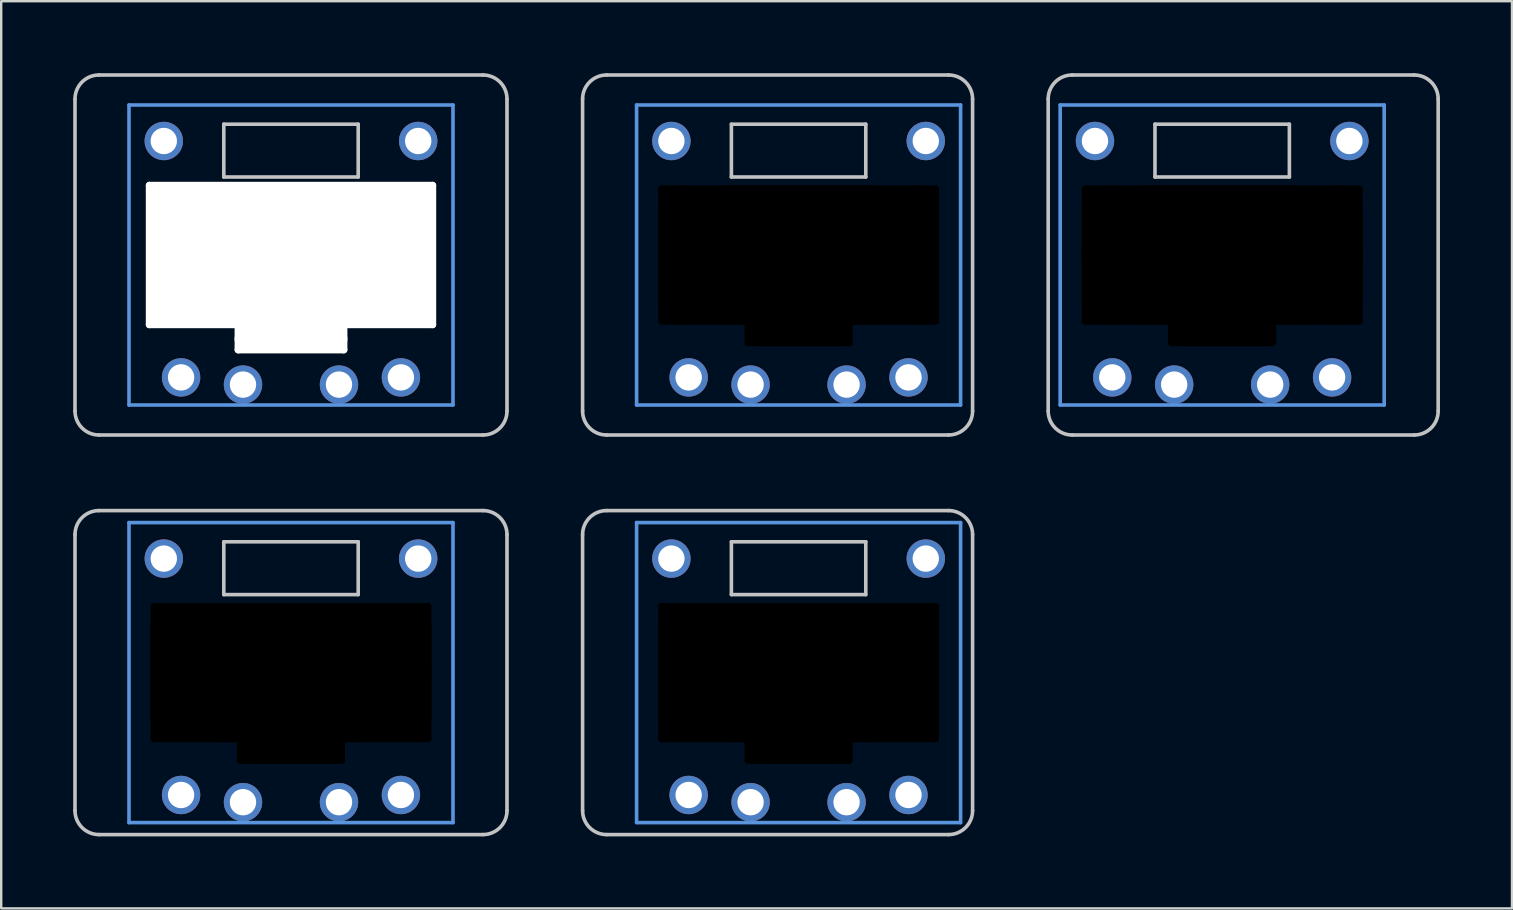
<source format=kicad_pcb>
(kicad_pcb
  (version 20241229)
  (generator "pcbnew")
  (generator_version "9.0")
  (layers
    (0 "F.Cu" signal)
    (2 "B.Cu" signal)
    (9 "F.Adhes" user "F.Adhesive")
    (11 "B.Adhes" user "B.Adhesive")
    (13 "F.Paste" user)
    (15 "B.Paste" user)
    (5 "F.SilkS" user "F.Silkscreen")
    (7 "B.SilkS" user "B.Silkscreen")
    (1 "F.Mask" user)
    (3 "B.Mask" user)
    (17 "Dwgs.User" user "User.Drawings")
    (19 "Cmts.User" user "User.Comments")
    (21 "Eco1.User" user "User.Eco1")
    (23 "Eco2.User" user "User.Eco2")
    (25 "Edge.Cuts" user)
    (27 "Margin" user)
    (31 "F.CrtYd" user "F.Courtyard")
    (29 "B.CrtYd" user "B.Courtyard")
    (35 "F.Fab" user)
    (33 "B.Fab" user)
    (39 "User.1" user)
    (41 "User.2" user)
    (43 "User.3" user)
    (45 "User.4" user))
  (footprint "pg1232-RSL"
    (layer "F.Cu")
    (at 30.225 7.575)
    (property "Reference" "pg1232-RSL" (at 0 0 0) (layer "F.Fab") (effects (font (size 1 1) (thickness 0.15))))
    (attr through_hole)
    (fp_line (start -9 6.5) (end -9 -6.5) (stroke (width 0.15) (type solid)) (layer "Dwgs.User"))
    (fp_line (start -8 -7.5) (end 6.25 -7.5) (stroke (width 0.15) (type solid)) (layer "Dwgs.User"))
    (fp_line (start -2.8 -5.45) (end -2.8 -3.25) (stroke (width 0.15) (type solid)) (layer "Dwgs.User"))
    (fp_line (start -2.8 -3.25) (end 2.8 -3.25) (stroke (width 0.15) (type solid)) (layer "Dwgs.User"))
    (fp_line (start 2.8 -5.45) (end -2.8 -5.45) (stroke (width 0.15) (type solid)) (layer "Dwgs.User"))
    (fp_line (start 2.8 -3.25) (end 2.8 -5.45) (stroke (width 0.15) (type solid)) (layer "Dwgs.User"))
    (fp_line (start 6.25 7.5) (end -8 7.5) (stroke (width 0.15) (type solid)) (layer "Dwgs.User"))
    (fp_line (start 7.25 -6.5) (end 7.25 6.5) (stroke (width 0.15) (type solid)) (layer "Dwgs.User"))
    (fp_arc (start -9 -6.5) (mid -8.707107 -7.207107) (end -8 -7.5) (stroke (width 0.15) (type solid)) (layer "Dwgs.User"))
    (fp_arc (start -8 7.5) (mid -8.707107 7.207107) (end -9 6.5) (stroke (width 0.15) (type solid)) (layer "Dwgs.User"))
    (fp_arc (start 6.25 -7.5) (mid 6.957107 -7.207107) (end 7.25 -6.5) (stroke (width 0.15) (type solid)) (layer "Dwgs.User"))
    (fp_arc (start 7.25 6.5) (mid 6.957107 7.207107) (end 6.25 7.5) (stroke (width 0.15) (type solid)) (layer "Dwgs.User"))
    (fp_line (start -6.75 -6.25) (end -6.75 6.25) (stroke (width 0.15) (type solid)) (layer "Cmts.User"))
    (fp_line (start -6.75 6.25) (end 6.75 6.25) (stroke (width 0.15) (type solid)) (layer "Cmts.User"))
    (fp_line (start 6.75 -6.25) (end -6.75 -6.25) (stroke (width 0.15) (type solid)) (layer "Cmts.User"))
    (fp_line (start 6.75 6.25) (end 6.75 -6.25) (stroke (width 0.15) (type solid)) (layer "Cmts.User"))
    (pad "" np_thru_hole oval (at -5.7 0 90) (size 5.8 0.3) (drill oval 5.8 0.3) (layers "*.Mask"))
    (pad "" thru_hole circle (at -5.3 -4.75) (size 1.6 1.6) (drill 1.1) (layers "*.Cu" "*.Mask"))
    (pad "" np_thru_hole oval (at -4.85 0) (size 2 5.8) (drill oval 2 5.8) (layers "*.Mask"))
    (pad "" np_thru_hole oval (at -2.1 3.25 90) (size 1.1 0.3) (drill oval 1.1 0.3) (layers "*.Mask"))
    (pad "" np_thru_hole oval (at 0 -2.75) (size 11.7 0.3) (drill oval 11.7 0.3) (layers "*.Mask"))
    (pad "" np_thru_hole oval (at 0 0) (size 11.7 5.8) (drill oval 11.7 5.8) (layers "*.Mask"))
    (pad "" np_thru_hole oval (at 0 2.75) (size 11.7 0.3) (drill oval 11.7 0.3) (layers "*.Mask"))
    (pad "" np_thru_hole oval (at 0 3.3) (size 4.5 1) (drill oval 4.5 1) (layers "*.Mask"))
    (pad "" np_thru_hole oval (at 0 3.65) (size 4.5 0.3) (drill oval 4.5 0.3) (layers "*.Mask"))
    (pad "" np_thru_hole oval (at 2.1 3.25 90) (size 1.1 0.3) (drill oval 1.1 0.3) (layers "*.Mask"))
    (pad "" np_thru_hole oval (at 4.85 0) (size 2 5.8) (drill oval 2 5.8) (layers "*.Mask"))
    (pad "" thru_hole circle (at 5.3 -4.75) (size 1.6 1.6) (drill 1.1) (layers "*.Cu" "*.Mask"))
    (pad "" np_thru_hole oval (at 5.7 0 90) (size 5.8 0.3) (drill oval 5.8 0.3) (layers "*.Mask"))
    (pad "1" thru_hole circle (at -2 5.4) (size 1.6 1.6) (drill 1.1) (layers "*.Cu" "F.Mask"))
    (pad "1" thru_hole circle (at 2 5.4) (size 1.6 1.6) (drill 1.1) (layers "*.Cu" "B.Mask"))
    (pad "2" thru_hole circle (at -4.58 5.1) (size 1.6 1.6) (drill 1.1) (layers "*.Cu" "B.Mask"))
    (pad "2" thru_hole circle (at 4.58 5.1) (size 1.6 1.6) (drill 1.1) (layers "*.Cu" "F.Mask")))
  (footprint "pg1232-RSSL"
    (layer "F.Cu")
    (at 30.225 24.975)
    (property "Reference" "pg1232-RSSL" (at 0 0 0) (layer "F.Fab") (effects (font (size 1 1) (thickness 0.15))))
    (attr through_hole)
    (fp_line (start -9 5.75) (end -9 -5.75) (stroke (width 0.15) (type solid)) (layer "Dwgs.User"))
    (fp_line (start -8 -6.75) (end 6.25 -6.75) (stroke (width 0.15) (type solid)) (layer "Dwgs.User"))
    (fp_line (start -2.8 -5.45) (end -2.8 -3.25) (stroke (width 0.15) (type solid)) (layer "Dwgs.User"))
    (fp_line (start -2.8 -3.25) (end 2.8 -3.25) (stroke (width 0.15) (type solid)) (layer "Dwgs.User"))
    (fp_line (start 2.8 -5.45) (end -2.8 -5.45) (stroke (width 0.15) (type solid)) (layer "Dwgs.User"))
    (fp_line (start 2.8 -3.25) (end 2.8 -5.45) (stroke (width 0.15) (type solid)) (layer "Dwgs.User"))
    (fp_line (start 6.25 6.75) (end -8 6.75) (stroke (width 0.15) (type solid)) (layer "Dwgs.User"))
    (fp_line (start 7.25 -5.75) (end 7.25 5.75) (stroke (width 0.15) (type solid)) (layer "Dwgs.User"))
    (fp_arc (start -9 -5.75) (mid -8.707107 -6.457107) (end -8 -6.75) (stroke (width 0.15) (type solid)) (layer "Dwgs.User"))
    (fp_arc (start -8 6.75) (mid -8.707107 6.457107) (end -9 5.75) (stroke (width 0.15) (type solid)) (layer "Dwgs.User"))
    (fp_arc (start 6.25 -6.75) (mid 6.957107 -6.457107) (end 7.25 -5.75) (stroke (width 0.15) (type solid)) (layer "Dwgs.User"))
    (fp_arc (start 7.25 5.75) (mid 6.957107 6.457107) (end 6.25 6.75) (stroke (width 0.15) (type solid)) (layer "Dwgs.User"))
    (fp_line (start -6.75 -6.25) (end -6.75 6.25) (stroke (width 0.15) (type solid)) (layer "Cmts.User"))
    (fp_line (start -6.75 6.25) (end 6.75 6.25) (stroke (width 0.15) (type solid)) (layer "Cmts.User"))
    (fp_line (start 6.75 -6.25) (end -6.75 -6.25) (stroke (width 0.15) (type solid)) (layer "Cmts.User"))
    (fp_line (start 6.75 6.25) (end 6.75 -6.25) (stroke (width 0.15) (type solid)) (layer "Cmts.User"))
    (pad "" np_thru_hole oval (at -5.7 0 90) (size 5.8 0.3) (drill oval 5.8 0.3) (layers "*.Mask"))
    (pad "" np_thru_hole oval (at -4.85 0) (size 2 5.8) (drill oval 2 5.8) (layers "*.Mask"))
    (pad "" np_thru_hole oval (at -2.1 3.25 90) (size 1.1 0.3) (drill oval 1.1 0.3) (layers "*.Mask"))
    (pad "" np_thru_hole oval (at 0 -2.75) (size 11.7 0.3) (drill oval 11.7 0.3) (layers "*.Mask"))
    (pad "" np_thru_hole oval (at 0 0) (size 11.7 5.8) (drill oval 11.7 5.8) (layers "*.Mask"))
    (pad "" np_thru_hole oval (at 0 2.75) (size 11.7 0.3) (drill oval 11.7 0.3) (layers "*.Mask"))
    (pad "" np_thru_hole oval (at 0 3.3) (size 4.5 1) (drill oval 4.5 1) (layers "*.Mask"))
    (pad "" np_thru_hole oval (at 0 3.65) (size 4.5 0.3) (drill oval 4.5 0.3) (layers "*.Mask"))
    (pad "" np_thru_hole oval (at 2.1 3.25 90) (size 1.1 0.3) (drill oval 1.1 0.3) (layers "*.Mask"))
    (pad "" np_thru_hole oval (at 4.85 0) (size 2 5.8) (drill oval 2 5.8) (layers "*.Mask"))
    (pad "" np_thru_hole oval (at 5.7 0 90) (size 5.8 0.3) (drill oval 5.8 0.3) (layers "*.Mask"))
    (pad "1" thru_hole circle (at -2 5.4) (size 1.6 1.6) (drill 1.1) (layers "*.Cu" "F.Mask"))
    (pad "1" thru_hole circle (at 2 5.4) (size 1.6 1.6) (drill 1.1) (layers "*.Cu" "B.Mask"))
    (pad "2" thru_hole circle (at -4.58 5.1) (size 1.6 1.6) (drill 1.1) (layers "*.Cu" "B.Mask"))
    (pad "2" thru_hole circle (at 4.58 5.1) (size 1.6 1.6) (drill 1.1) (layers "*.Cu" "F.Mask"))
    (pad "3" thru_hole circle (at 5.3 -4.75) (size 1.6 1.6) (drill 1.1) (layers "*.Cu" "*.Mask"))
    (pad "4" thru_hole circle (at -5.3 -4.75) (size 1.6 1.6) (drill 1.1) (layers "*.Cu" "*.Mask")))
  (footprint "pg1232-RSS"
    (layer "F.Cu")
    (at 9.075 24.975)
    (property "Reference" "pg1232-RSS" (at 0 0 0) (layer "F.Fab") (effects (font (size 1 1) (thickness 0.15))))
    (attr through_hole)
    (fp_line (start -9 5.75) (end -9 -5.75) (stroke (width 0.15) (type solid)) (layer "Dwgs.User"))
    (fp_line (start -8 -6.75) (end 8 -6.75) (stroke (width 0.15) (type solid)) (layer "Dwgs.User"))
    (fp_line (start -2.8 -5.45) (end -2.8 -3.25) (stroke (width 0.15) (type solid)) (layer "Dwgs.User"))
    (fp_line (start -2.8 -3.25) (end 2.8 -3.25) (stroke (width 0.15) (type solid)) (layer "Dwgs.User"))
    (fp_line (start 2.8 -5.45) (end -2.8 -5.45) (stroke (width 0.15) (type solid)) (layer "Dwgs.User"))
    (fp_line (start 2.8 -3.25) (end 2.8 -5.45) (stroke (width 0.15) (type solid)) (layer "Dwgs.User"))
    (fp_line (start 8 6.75) (end -8 6.75) (stroke (width 0.15) (type solid)) (layer "Dwgs.User"))
    (fp_line (start 9 -5.75) (end 9 5.75) (stroke (width 0.15) (type solid)) (layer "Dwgs.User"))
    (fp_arc (start -9 -5.75) (mid -8.707107 -6.457107) (end -8 -6.75) (stroke (width 0.15) (type solid)) (layer "Dwgs.User"))
    (fp_arc (start -8 6.75) (mid -8.707107 6.457107) (end -9 5.75) (stroke (width 0.15) (type solid)) (layer "Dwgs.User"))
    (fp_arc (start 8 -6.75) (mid 8.707107 -6.457107) (end 9 -5.75) (stroke (width 0.15) (type solid)) (layer "Dwgs.User"))
    (fp_arc (start 9 5.75) (mid 8.707107 6.457107) (end 8 6.75) (stroke (width 0.15) (type solid)) (layer "Dwgs.User"))
    (fp_line (start -6.75 -6.25) (end -6.75 6.25) (stroke (width 0.15) (type solid)) (layer "Cmts.User"))
    (fp_line (start -6.75 6.25) (end 6.75 6.25) (stroke (width 0.15) (type solid)) (layer "Cmts.User"))
    (fp_line (start 6.75 -6.25) (end -6.75 -6.25) (stroke (width 0.15) (type solid)) (layer "Cmts.User"))
    (fp_line (start 6.75 6.25) (end 6.75 -6.25) (stroke (width 0.15) (type solid)) (layer "Cmts.User"))
    (pad "" np_thru_hole oval (at -5.7 0 90) (size 5.8 0.3) (drill oval 5.8 0.3) (layers "*.Mask"))
    (pad "" np_thru_hole oval (at -4.85 0) (size 2 5.8) (drill oval 2 5.8) (layers "*.Mask"))
    (pad "" np_thru_hole oval (at -2.1 3.25 90) (size 1.1 0.3) (drill oval 1.1 0.3) (layers "*.Mask"))
    (pad "" np_thru_hole oval (at 0 -2.75) (size 11.7 0.3) (drill oval 11.7 0.3) (layers "*.Mask"))
    (pad "" np_thru_hole oval (at 0 0) (size 11.7 5.8) (drill oval 11.7 5.8) (layers "*.Mask"))
    (pad "" np_thru_hole oval (at 0 2.75) (size 11.7 0.3) (drill oval 11.7 0.3) (layers "*.Mask"))
    (pad "" np_thru_hole oval (at 0 3.3) (size 4.5 1) (drill oval 4.5 1) (layers "*.Mask"))
    (pad "" np_thru_hole oval (at 0 3.65) (size 4.5 0.3) (drill oval 4.5 0.3) (layers "*.Mask"))
    (pad "" np_thru_hole oval (at 2.1 3.25 90) (size 1.1 0.3) (drill oval 1.1 0.3) (layers "*.Mask"))
    (pad "" np_thru_hole oval (at 4.85 0) (size 2 5.8) (drill oval 2 5.8) (layers "*.Mask"))
    (pad "" np_thru_hole oval (at 5.7 0 90) (size 5.8 0.3) (drill oval 5.8 0.3) (layers "*.Mask"))
    (pad "1" thru_hole circle (at -2 5.4) (size 1.6 1.6) (drill 1.1) (layers "*.Cu" "F.Mask"))
    (pad "1" thru_hole circle (at 2 5.4) (size 1.6 1.6) (drill 1.1) (layers "*.Cu" "B.Mask"))
    (pad "2" thru_hole circle (at -4.58 5.1) (size 1.6 1.6) (drill 1.1) (layers "*.Cu" "B.Mask"))
    (pad "2" thru_hole circle (at 4.58 5.1) (size 1.6 1.6) (drill 1.1) (layers "*.Cu" "F.Mask"))
    (pad "4" thru_hole circle (at 5.3 -4.75) (size 1.6 1.6) (drill 1.1) (layers "*.Cu" "*.Mask"))
    (pad "5" thru_hole circle (at -5.3 -4.75) (size 1.6 1.6) (drill 1.1) (layers "*.Cu" "*.Mask")))
  (footprint "pg1232-RSR"
    (layer "F.Cu")
    (at 47.875 7.575)
    (property "Reference" "pg1232-RSR" (at 0 0 0) (layer "F.Fab") (effects (font (size 1 1) (thickness 0.15))))
    (attr through_hole)
    (fp_line (start -7.25 6.5) (end -7.25 -6.5) (stroke (width 0.15) (type solid)) (layer "Dwgs.User"))
    (fp_line (start -6.25 -7.5) (end 8 -7.5) (stroke (width 0.15) (type solid)) (layer "Dwgs.User"))
    (fp_line (start -2.8 -5.45) (end -2.8 -3.25) (stroke (width 0.15) (type solid)) (layer "Dwgs.User"))
    (fp_line (start -2.8 -3.25) (end 2.8 -3.25) (stroke (width 0.15) (type solid)) (layer "Dwgs.User"))
    (fp_line (start 2.8 -5.45) (end -2.8 -5.45) (stroke (width 0.15) (type solid)) (layer "Dwgs.User"))
    (fp_line (start 2.8 -3.25) (end 2.8 -5.45) (stroke (width 0.15) (type solid)) (layer "Dwgs.User"))
    (fp_line (start 8 7.5) (end -6.25 7.5) (stroke (width 0.15) (type solid)) (layer "Dwgs.User"))
    (fp_line (start 9 -6.5) (end 9 6.5) (stroke (width 0.15) (type solid)) (layer "Dwgs.User"))
    (fp_arc (start -7.25 -6.5) (mid -6.957107 -7.207107) (end -6.25 -7.5) (stroke (width 0.15) (type solid)) (layer "Dwgs.User"))
    (fp_arc (start -6.25 7.5) (mid -6.957107 7.207107) (end -7.25 6.5) (stroke (width 0.15) (type solid)) (layer "Dwgs.User"))
    (fp_arc (start 8 -7.5) (mid 8.707107 -7.207107) (end 9 -6.5) (stroke (width 0.15) (type solid)) (layer "Dwgs.User"))
    (fp_arc (start 9 6.5) (mid 8.707107 7.207107) (end 8 7.5) (stroke (width 0.15) (type solid)) (layer "Dwgs.User"))
    (fp_line (start -6.75 -6.25) (end -6.75 6.25) (stroke (width 0.15) (type solid)) (layer "Cmts.User"))
    (fp_line (start -6.75 6.25) (end 6.75 6.25) (stroke (width 0.15) (type solid)) (layer "Cmts.User"))
    (fp_line (start 6.75 -6.25) (end -6.75 -6.25) (stroke (width 0.15) (type solid)) (layer "Cmts.User"))
    (fp_line (start 6.75 6.25) (end 6.75 -6.25) (stroke (width 0.15) (type solid)) (layer "Cmts.User"))
    (pad "" np_thru_hole oval (at -5.7 0 90) (size 5.8 0.3) (drill oval 5.8 0.3) (layers "*.Mask"))
    (pad "" np_thru_hole oval (at -4.85 0) (size 2 5.8) (drill oval 2 5.8) (layers "*.Mask"))
    (pad "" np_thru_hole oval (at -2.1 3.25 90) (size 1.1 0.3) (drill oval 1.1 0.3) (layers "*.Mask"))
    (pad "" np_thru_hole oval (at 0 -2.75) (size 11.7 0.3) (drill oval 11.7 0.3) (layers "*.Mask"))
    (pad "" np_thru_hole oval (at 0 0) (size 11.7 5.8) (drill oval 11.7 5.8) (layers "*.Mask"))
    (pad "" np_thru_hole oval (at 0 2.75) (size 11.7 0.3) (drill oval 11.7 0.3) (layers "*.Mask"))
    (pad "" np_thru_hole oval (at 0 3.3) (size 4.5 1) (drill oval 4.5 1) (layers "*.Mask"))
    (pad "" np_thru_hole oval (at 0 3.65) (size 4.5 0.3) (drill oval 4.5 0.3) (layers "*.Mask"))
    (pad "" np_thru_hole oval (at 2.1 3.25 90) (size 1.1 0.3) (drill oval 1.1 0.3) (layers "*.Mask"))
    (pad "" np_thru_hole oval (at 4.85 0) (size 2 5.8) (drill oval 2 5.8) (layers "*.Mask"))
    (pad "" np_thru_hole oval (at 5.7 0 90) (size 5.8 0.3) (drill oval 5.8 0.3) (layers "*.Mask"))
    (pad "1" thru_hole circle (at -2 5.4) (size 1.6 1.6) (drill 1.1) (layers "*.Cu" "F.Mask"))
    (pad "1" thru_hole circle (at 2 5.4) (size 1.6 1.6) (drill 1.1) (layers "*.Cu" "B.Mask"))
    (pad "2" thru_hole circle (at -4.58 5.1) (size 1.6 1.6) (drill 1.1) (layers "*.Cu" "B.Mask"))
    (pad "2" thru_hole circle (at 4.58 5.1) (size 1.6 1.6) (drill 1.1) (layers "*.Cu" "F.Mask"))
    (pad "3" thru_hole circle (at 5.3 -4.75) (size 1.6 1.6) (drill 1.1) (layers "*.Cu" "*.Mask"))
    (pad "4" thru_hole circle (at -5.3 -4.75) (size 1.6 1.6) (drill 1.1) (layers "*.Cu" "*.Mask")))
  (footprint "pg1232-RS"
    (layer "F.Cu")
    (at 9.075 7.575)
    (property "Reference" "pg1232-RS" (at 0 0 0) (layer "F.Fab") (effects (font (size 1 1) (thickness 0.15))))
    (attr through_hole)
    (fp_line (start -9 6.5) (end -9 -6.5) (stroke (width 0.15) (type solid)) (layer "Dwgs.User"))
    (fp_line (start -8 -7.5) (end 8 -7.5) (stroke (width 0.15) (type solid)) (layer "Dwgs.User"))
    (fp_line (start -2.8 -5.45) (end -2.8 -3.25) (stroke (width 0.15) (type solid)) (layer "Dwgs.User"))
    (fp_line (start -2.8 -3.25) (end 2.8 -3.25) (stroke (width 0.15) (type solid)) (layer "Dwgs.User"))
    (fp_line (start 2.8 -5.45) (end -2.8 -5.45) (stroke (width 0.15) (type solid)) (layer "Dwgs.User"))
    (fp_line (start 2.8 -3.25) (end 2.8 -5.45) (stroke (width 0.15) (type solid)) (layer "Dwgs.User"))
    (fp_line (start 8 7.5) (end -8 7.5) (stroke (width 0.15) (type solid)) (layer "Dwgs.User"))
    (fp_line (start 9 -6.5) (end 9 6.5) (stroke (width 0.15) (type solid)) (layer "Dwgs.User"))
    (fp_arc (start -9 -6.5) (mid -8.707107 -7.207107) (end -8 -7.5) (stroke (width 0.15) (type solid)) (layer "Dwgs.User"))
    (fp_arc (start -8 7.5) (mid -8.707107 7.207107) (end -9 6.5) (stroke (width 0.15) (type solid)) (layer "Dwgs.User"))
    (fp_arc (start 8 -7.5) (mid 8.707107 -7.207107) (end 9 -6.5) (stroke (width 0.15) (type solid)) (layer "Dwgs.User"))
    (fp_arc (start 9 6.5) (mid 8.707107 7.207107) (end 8 7.5) (stroke (width 0.15) (type solid)) (layer "Dwgs.User"))
    (fp_line (start -6.75 -6.25) (end -6.75 6.25) (stroke (width 0.15) (type solid)) (layer "Cmts.User"))
    (fp_line (start -6.75 6.25) (end 6.75 6.25) (stroke (width 0.15) (type solid)) (layer "Cmts.User"))
    (fp_line (start 6.75 -6.25) (end -6.75 -6.25) (stroke (width 0.15) (type solid)) (layer "Cmts.User"))
    (fp_line (start 6.75 6.25) (end 6.75 -6.25) (stroke (width 0.15) (type solid)) (layer "Cmts.User"))
    (pad "" np_thru_hole oval (at -5.9 0 90) (size 6.1 0.3) (drill oval 6.1 0.3) (layers "*.Cu" "*.Mask"))
    (pad "" np_thru_hole oval (at -5.36 0) (size 1 5.9) (drill oval 1 5.9) (layers "*.Cu" "*.Mask"))
    (pad "" np_thru_hole oval (at -4.59 0) (size 1 5.9) (drill oval 1 5.9) (layers "*.Cu" "*.Mask"))
    (pad "" np_thru_hole oval (at -4.2 0) (size 1 5.9) (drill oval 1 5.9) (layers "*.Cu" "*.Mask"))
    (pad "" np_thru_hole oval (at -2.2 3.5 90) (size 1.2 0.3) (drill oval 1.2 0.3) (layers "*.Cu" "*.Mask"))
    (pad "" np_thru_hole oval (at 0 -2.9) (size 12.1 0.3) (drill oval 12.1 0.3) (layers "*.Cu" "*.Mask"))
    (pad "" np_thru_hole oval (at 0 0) (size 11.85 5.9) (drill oval 11.85 5.9) (layers "*.Cu" "*.Mask"))
    (pad "" np_thru_hole oval (at 0 2.9) (size 12.1 0.3) (drill oval 12.1 0.3) (layers "*.Cu" "*.Mask"))
    (pad "" np_thru_hole oval (at 0 3.5) (size 4.7 1) (drill oval 4.7 1) (layers "*.Cu" "*.Mask"))
    (pad "" np_thru_hole oval (at 0 3.95) (size 4.7 0.3) (drill oval 4.7 0.3) (layers "*.Cu" "*.Mask"))
    (pad "" np_thru_hole oval (at 2.2 3.5 90) (size 1.2 0.3) (drill oval 1.2 0.3) (layers "*.Cu" "*.Mask"))
    (pad "" np_thru_hole oval (at 4.2 0) (size 1 5.9) (drill oval 1 5.9) (layers "*.Cu" "*.Mask"))
    (pad "" np_thru_hole oval (at 4.59 0) (size 1 5.9) (drill oval 1 5.9) (layers "*.Cu" "*.Mask"))
    (pad "" np_thru_hole oval (at 5.36 0) (size 1 5.9) (drill oval 1 5.9) (layers "*.Cu" "*.Mask"))
    (pad "" np_thru_hole oval (at 5.9 0 90) (size 6.1 0.3) (drill oval 6.1 0.3) (layers "*.Cu" "*.Mask"))
    (pad "1" thru_hole circle (at -2 5.4) (size 1.6 1.6) (drill 1.1) (layers "*.Cu" "F.Mask"))
    (pad "1" thru_hole circle (at 2 5.4) (size 1.6 1.6) (drill 1.1) (layers "*.Cu" "B.Mask"))
    (pad "2" thru_hole circle (at -4.58 5.1) (size 1.6 1.6) (drill 1.1) (layers "*.Cu" "B.Mask"))
    (pad "2" thru_hole circle (at 4.58 5.1) (size 1.6 1.6) (drill 1.1) (layers "*.Cu" "F.Mask"))
    (pad "3" thru_hole circle (at 5.3 -4.75) (size 1.6 1.6) (drill 1.1) (layers "*.Cu" "*.Mask"))
    (pad "4" thru_hole circle (at -5.3 -4.75) (size 1.6 1.6) (drill 1.1) (layers "*.Cu" "*.Mask")))
  (gr_rect
    (start -3 -3)
    (end 59.95 34.8)
    (stroke (width 0.1) (type default))
    (fill no)
    (layer "Edge.Cuts")))
</source>
